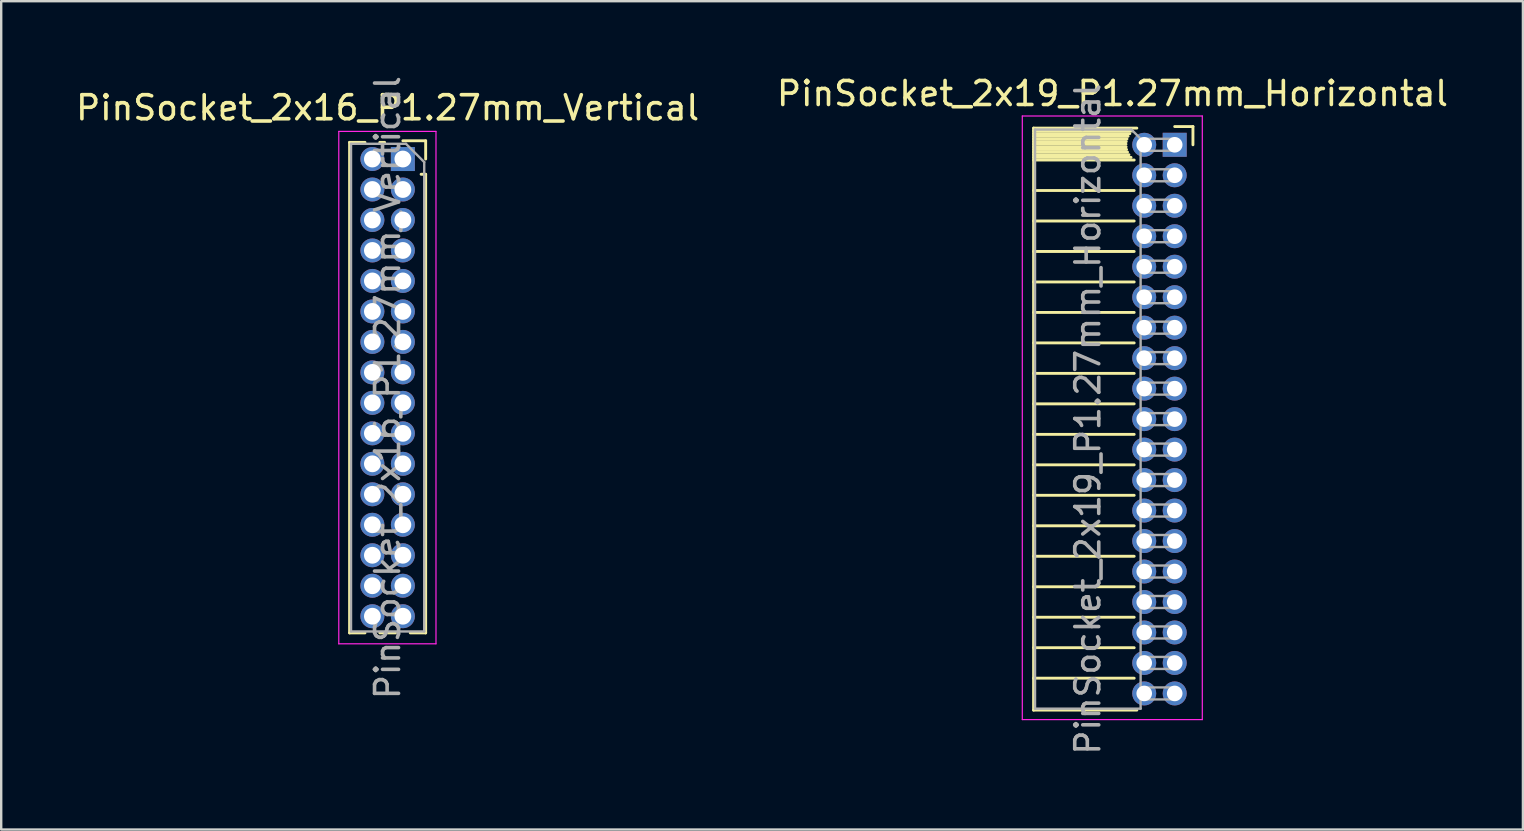
<source format=kicad_pcb>
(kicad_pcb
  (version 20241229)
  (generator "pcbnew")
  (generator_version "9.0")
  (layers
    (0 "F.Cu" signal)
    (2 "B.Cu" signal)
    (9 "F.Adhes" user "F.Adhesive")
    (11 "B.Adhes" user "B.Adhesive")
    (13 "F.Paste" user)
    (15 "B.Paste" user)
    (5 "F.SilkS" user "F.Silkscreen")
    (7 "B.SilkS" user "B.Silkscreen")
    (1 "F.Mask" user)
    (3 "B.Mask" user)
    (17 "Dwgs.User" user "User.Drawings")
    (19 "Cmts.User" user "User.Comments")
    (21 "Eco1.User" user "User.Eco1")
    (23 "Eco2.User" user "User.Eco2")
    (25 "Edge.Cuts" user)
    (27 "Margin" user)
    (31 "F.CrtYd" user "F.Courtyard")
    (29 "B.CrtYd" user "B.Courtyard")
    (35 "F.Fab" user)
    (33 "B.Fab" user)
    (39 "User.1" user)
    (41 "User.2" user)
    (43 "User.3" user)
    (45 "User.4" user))
  (footprint "PinSocket_2x19_P1.27mm_Horizontal"
    (layer "F.Cu")
    (at 45.896 2.983)
    (property "Reference" "PinSocket_2x19_P1.27mm_Horizontal" (at -2.592 -2.135 0) (layer "F.SilkS") (effects (font (size 1 1) (thickness 0.15))))
    (attr through_hole)
    (fp_line (start -5.88 -0.695) (end -5.88 23.555) (stroke (width 0.12) (type solid)) (layer "F.SilkS"))
    (fp_line (start -5.88 -0.695) (end -1.578 -0.695) (stroke (width 0.12) (type solid)) (layer "F.SilkS"))
    (fp_line (start -5.88 -0.575) (end -1.767 -0.575) (stroke (width 0.12) (type solid)) (layer "F.SilkS"))
    (fp_line (start -5.88 -0.465) (end -1.871 -0.465) (stroke (width 0.12) (type solid)) (layer "F.SilkS"))
    (fp_line (start -5.88 -0.355) (end -1.942 -0.355) (stroke (width 0.12) (type solid)) (layer "F.SilkS"))
    (fp_line (start -5.88 -0.245) (end -1.989 -0.245) (stroke (width 0.12) (type solid)) (layer "F.SilkS"))
    (fp_line (start -5.88 -0.135) (end -2.018 -0.135) (stroke (width 0.12) (type solid)) (layer "F.SilkS"))
    (fp_line (start -5.88 -0.025) (end -2.03 -0.025) (stroke (width 0.12) (type solid)) (layer "F.SilkS"))
    (fp_line (start -5.88 0.085) (end -2.025 0.085) (stroke (width 0.12) (type solid)) (layer "F.SilkS"))
    (fp_line (start -5.88 0.195) (end -2.005 0.195) (stroke (width 0.12) (type solid)) (layer "F.SilkS"))
    (fp_line (start -5.88 0.305) (end -1.966 0.305) (stroke (width 0.12) (type solid)) (layer "F.SilkS"))
    (fp_line (start -5.88 0.415) (end -1.907 0.415) (stroke (width 0.12) (type solid)) (layer "F.SilkS"))
    (fp_line (start -5.88 0.525) (end -1.82 0.525) (stroke (width 0.12) (type solid)) (layer "F.SilkS"))
    (fp_line (start -5.88 0.635) (end -1.688 0.635) (stroke (width 0.12) (type solid)) (layer "F.SilkS"))
    (fp_line (start -5.88 1.905) (end -1.688 1.905) (stroke (width 0.12) (type solid)) (layer "F.SilkS"))
    (fp_line (start -5.88 3.175) (end -1.688 3.175) (stroke (width 0.12) (type solid)) (layer "F.SilkS"))
    (fp_line (start -5.88 4.445) (end -1.688 4.445) (stroke (width 0.12) (type solid)) (layer "F.SilkS"))
    (fp_line (start -5.88 5.715) (end -1.688 5.715) (stroke (width 0.12) (type solid)) (layer "F.SilkS"))
    (fp_line (start -5.88 6.985) (end -1.688 6.985) (stroke (width 0.12) (type solid)) (layer "F.SilkS"))
    (fp_line (start -5.88 8.255) (end -1.688 8.255) (stroke (width 0.12) (type solid)) (layer "F.SilkS"))
    (fp_line (start -5.88 9.525) (end -1.688 9.525) (stroke (width 0.12) (type solid)) (layer "F.SilkS"))
    (fp_line (start -5.88 10.795) (end -1.688 10.795) (stroke (width 0.12) (type solid)) (layer "F.SilkS"))
    (fp_line (start -5.88 12.065) (end -1.688 12.065) (stroke (width 0.12) (type solid)) (layer "F.SilkS"))
    (fp_line (start -5.88 13.335) (end -1.688 13.335) (stroke (width 0.12) (type solid)) (layer "F.SilkS"))
    (fp_line (start -5.88 14.605) (end -1.688 14.605) (stroke (width 0.12) (type solid)) (layer "F.SilkS"))
    (fp_line (start -5.88 15.875) (end -1.688 15.875) (stroke (width 0.12) (type solid)) (layer "F.SilkS"))
    (fp_line (start -5.88 17.145) (end -1.688 17.145) (stroke (width 0.12) (type solid)) (layer "F.SilkS"))
    (fp_line (start -5.88 18.415) (end -1.688 18.415) (stroke (width 0.12) (type solid)) (layer "F.SilkS"))
    (fp_line (start -5.88 19.685) (end -1.688 19.685) (stroke (width 0.12) (type solid)) (layer "F.SilkS"))
    (fp_line (start -5.88 20.955) (end -1.688 20.955) (stroke (width 0.12) (type solid)) (layer "F.SilkS"))
    (fp_line (start -5.88 22.225) (end -1.688 22.225) (stroke (width 0.12) (type solid)) (layer "F.SilkS"))
    (fp_line (start -5.88 23.555) (end -1.578 23.555) (stroke (width 0.12) (type solid)) (layer "F.SilkS"))
    (fp_line (start 0 -0.76) (end 0.76 -0.76) (stroke (width 0.12) (type solid)) (layer "F.SilkS"))
    (fp_line (start 0.76 -0.76) (end 0.76 0) (stroke (width 0.12) (type solid)) (layer "F.SilkS"))
    (fp_line (start -6.35 -1.2) (end -6.35 23.95) (stroke (width 0.05) (type solid)) (layer "F.CrtYd"))
    (fp_line (start -6.35 23.95) (end 1.15 23.95) (stroke (width 0.05) (type solid)) (layer "F.CrtYd"))
    (fp_line (start 1.15 -1.2) (end -6.35 -1.2) (stroke (width 0.05) (type solid)) (layer "F.CrtYd"))
    (fp_line (start 1.15 23.95) (end 1.15 -1.2) (stroke (width 0.05) (type solid)) (layer "F.CrtYd"))
    (fp_line (start -5.82 -0.635) (end -1.805 -0.635) (stroke (width 0.1) (type solid)) (layer "F.Fab"))
    (fp_line (start -5.82 23.495) (end -5.82 -0.635) (stroke (width 0.1) (type solid)) (layer "F.Fab"))
    (fp_line (start -1.805 -0.635) (end -1.42 -0.25) (stroke (width 0.1) (type solid)) (layer "F.Fab"))
    (fp_line (start -1.42 -0.25) (end -1.42 23.495) (stroke (width 0.1) (type solid)) (layer "F.Fab"))
    (fp_line (start -1.42 0.25) (end 0 0.25) (stroke (width 0.1) (type solid)) (layer "F.Fab"))
    (fp_line (start -1.42 1.52) (end 0 1.52) (stroke (width 0.1) (type solid)) (layer "F.Fab"))
    (fp_line (start -1.42 2.79) (end 0 2.79) (stroke (width 0.1) (type solid)) (layer "F.Fab"))
    (fp_line (start -1.42 4.06) (end 0 4.06) (stroke (width 0.1) (type solid)) (layer "F.Fab"))
    (fp_line (start -1.42 5.33) (end 0 5.33) (stroke (width 0.1) (type solid)) (layer "F.Fab"))
    (fp_line (start -1.42 6.6) (end 0 6.6) (stroke (width 0.1) (type solid)) (layer "F.Fab"))
    (fp_line (start -1.42 7.87) (end 0 7.87) (stroke (width 0.1) (type solid)) (layer "F.Fab"))
    (fp_line (start -1.42 9.14) (end 0 9.14) (stroke (width 0.1) (type solid)) (layer "F.Fab"))
    (fp_line (start -1.42 10.41) (end 0 10.41) (stroke (width 0.1) (type solid)) (layer "F.Fab"))
    (fp_line (start -1.42 11.68) (end 0 11.68) (stroke (width 0.1) (type solid)) (layer "F.Fab"))
    (fp_line (start -1.42 12.95) (end 0 12.95) (stroke (width 0.1) (type solid)) (layer "F.Fab"))
    (fp_line (start -1.42 14.22) (end 0 14.22) (stroke (width 0.1) (type solid)) (layer "F.Fab"))
    (fp_line (start -1.42 15.49) (end 0 15.49) (stroke (width 0.1) (type solid)) (layer "F.Fab"))
    (fp_line (start -1.42 16.76) (end 0 16.76) (stroke (width 0.1) (type solid)) (layer "F.Fab"))
    (fp_line (start -1.42 18.03) (end 0 18.03) (stroke (width 0.1) (type solid)) (layer "F.Fab"))
    (fp_line (start -1.42 19.3) (end 0 19.3) (stroke (width 0.1) (type solid)) (layer "F.Fab"))
    (fp_line (start -1.42 20.57) (end 0 20.57) (stroke (width 0.1) (type solid)) (layer "F.Fab"))
    (fp_line (start -1.42 21.84) (end 0 21.84) (stroke (width 0.1) (type solid)) (layer "F.Fab"))
    (fp_line (start -1.42 23.11) (end 0 23.11) (stroke (width 0.1) (type solid)) (layer "F.Fab"))
    (fp_line (start -1.42 23.495) (end -5.82 23.495) (stroke (width 0.1) (type solid)) (layer "F.Fab"))
    (fp_line (start 0 -0.25) (end -1.42 -0.25) (stroke (width 0.1) (type solid)) (layer "F.Fab"))
    (fp_line (start 0 0.25) (end 0 -0.25) (stroke (width 0.1) (type solid)) (layer "F.Fab"))
    (fp_line (start 0 1.02) (end -1.42 1.02) (stroke (width 0.1) (type solid)) (layer "F.Fab"))
    (fp_line (start 0 1.52) (end 0 1.02) (stroke (width 0.1) (type solid)) (layer "F.Fab"))
    (fp_line (start 0 2.29) (end -1.42 2.29) (stroke (width 0.1) (type solid)) (layer "F.Fab"))
    (fp_line (start 0 2.79) (end 0 2.29) (stroke (width 0.1) (type solid)) (layer "F.Fab"))
    (fp_line (start 0 3.56) (end -1.42 3.56) (stroke (width 0.1) (type solid)) (layer "F.Fab"))
    (fp_line (start 0 4.06) (end 0 3.56) (stroke (width 0.1) (type solid)) (layer "F.Fab"))
    (fp_line (start 0 4.83) (end -1.42 4.83) (stroke (width 0.1) (type solid)) (layer "F.Fab"))
    (fp_line (start 0 5.33) (end 0 4.83) (stroke (width 0.1) (type solid)) (layer "F.Fab"))
    (fp_line (start 0 6.1) (end -1.42 6.1) (stroke (width 0.1) (type solid)) (layer "F.Fab"))
    (fp_line (start 0 6.6) (end 0 6.1) (stroke (width 0.1) (type solid)) (layer "F.Fab"))
    (fp_line (start 0 7.37) (end -1.42 7.37) (stroke (width 0.1) (type solid)) (layer "F.Fab"))
    (fp_line (start 0 7.87) (end 0 7.37) (stroke (width 0.1) (type solid)) (layer "F.Fab"))
    (fp_line (start 0 8.64) (end -1.42 8.64) (stroke (width 0.1) (type solid)) (layer "F.Fab"))
    (fp_line (start 0 9.14) (end 0 8.64) (stroke (width 0.1) (type solid)) (layer "F.Fab"))
    (fp_line (start 0 9.91) (end -1.42 9.91) (stroke (width 0.1) (type solid)) (layer "F.Fab"))
    (fp_line (start 0 10.41) (end 0 9.91) (stroke (width 0.1) (type solid)) (layer "F.Fab"))
    (fp_line (start 0 11.18) (end -1.42 11.18) (stroke (width 0.1) (type solid)) (layer "F.Fab"))
    (fp_line (start 0 11.68) (end 0 11.18) (stroke (width 0.1) (type solid)) (layer "F.Fab"))
    (fp_line (start 0 12.45) (end -1.42 12.45) (stroke (width 0.1) (type solid)) (layer "F.Fab"))
    (fp_line (start 0 12.95) (end 0 12.45) (stroke (width 0.1) (type solid)) (layer "F.Fab"))
    (fp_line (start 0 13.72) (end -1.42 13.72) (stroke (width 0.1) (type solid)) (layer "F.Fab"))
    (fp_line (start 0 14.22) (end 0 13.72) (stroke (width 0.1) (type solid)) (layer "F.Fab"))
    (fp_line (start 0 14.99) (end -1.42 14.99) (stroke (width 0.1) (type solid)) (layer "F.Fab"))
    (fp_line (start 0 15.49) (end 0 14.99) (stroke (width 0.1) (type solid)) (layer "F.Fab"))
    (fp_line (start 0 16.26) (end -1.42 16.26) (stroke (width 0.1) (type solid)) (layer "F.Fab"))
    (fp_line (start 0 16.76) (end 0 16.26) (stroke (width 0.1) (type solid)) (layer "F.Fab"))
    (fp_line (start 0 17.53) (end -1.42 17.53) (stroke (width 0.1) (type solid)) (layer "F.Fab"))
    (fp_line (start 0 18.03) (end 0 17.53) (stroke (width 0.1) (type solid)) (layer "F.Fab"))
    (fp_line (start 0 18.8) (end -1.42 18.8) (stroke (width 0.1) (type solid)) (layer "F.Fab"))
    (fp_line (start 0 19.3) (end 0 18.8) (stroke (width 0.1) (type solid)) (layer "F.Fab"))
    (fp_line (start 0 20.07) (end -1.42 20.07) (stroke (width 0.1) (type solid)) (layer "F.Fab"))
    (fp_line (start 0 20.57) (end 0 20.07) (stroke (width 0.1) (type solid)) (layer "F.Fab"))
    (fp_line (start 0 21.34) (end -1.42 21.34) (stroke (width 0.1) (type solid)) (layer "F.Fab"))
    (fp_line (start 0 21.84) (end 0 21.34) (stroke (width 0.1) (type solid)) (layer "F.Fab"))
    (fp_line (start 0 22.61) (end -1.42 22.61) (stroke (width 0.1) (type solid)) (layer "F.Fab"))
    (fp_line (start 0 23.11) (end 0 22.61) (stroke (width 0.1) (type solid)) (layer "F.Fab"))
    (fp_text user "${REFERENCE}" (at -3.62 11.43 90) (layer "F.Fab") (effects (font (size 1 1) (thickness 0.15))))
    (pad "1" thru_hole rect (at 0 0) (size 1 1) (drill 0.65) (layers "*.Cu" "*.Mask"))
    (pad "2" thru_hole oval (at -1.27 0) (size 1 1) (drill 0.65) (layers "*.Cu" "*.Mask"))
    (pad "3" thru_hole oval (at 0 1.27) (size 1 1) (drill 0.65) (layers "*.Cu" "*.Mask"))
    (pad "4" thru_hole oval (at -1.27 1.27) (size 1 1) (drill 0.65) (layers "*.Cu" "*.Mask"))
    (pad "5" thru_hole oval (at 0 2.54) (size 1 1) (drill 0.65) (layers "*.Cu" "*.Mask"))
    (pad "6" thru_hole oval (at -1.27 2.54) (size 1 1) (drill 0.65) (layers "*.Cu" "*.Mask"))
    (pad "7" thru_hole oval (at 0 3.81) (size 1 1) (drill 0.65) (layers "*.Cu" "*.Mask"))
    (pad "8" thru_hole oval (at -1.27 3.81) (size 1 1) (drill 0.65) (layers "*.Cu" "*.Mask"))
    (pad "9" thru_hole oval (at 0 5.08) (size 1 1) (drill 0.65) (layers "*.Cu" "*.Mask"))
    (pad "10" thru_hole oval (at -1.27 5.08) (size 1 1) (drill 0.65) (layers "*.Cu" "*.Mask"))
    (pad "11" thru_hole oval (at 0 6.35) (size 1 1) (drill 0.65) (layers "*.Cu" "*.Mask"))
    (pad "12" thru_hole oval (at -1.27 6.35) (size 1 1) (drill 0.65) (layers "*.Cu" "*.Mask"))
    (pad "13" thru_hole oval (at 0 7.62) (size 1 1) (drill 0.65) (layers "*.Cu" "*.Mask"))
    (pad "14" thru_hole oval (at -1.27 7.62) (size 1 1) (drill 0.65) (layers "*.Cu" "*.Mask"))
    (pad "15" thru_hole oval (at 0 8.89) (size 1 1) (drill 0.65) (layers "*.Cu" "*.Mask"))
    (pad "16" thru_hole oval (at -1.27 8.89) (size 1 1) (drill 0.65) (layers "*.Cu" "*.Mask"))
    (pad "17" thru_hole oval (at 0 10.16) (size 1 1) (drill 0.65) (layers "*.Cu" "*.Mask"))
    (pad "18" thru_hole oval (at -1.27 10.16) (size 1 1) (drill 0.65) (layers "*.Cu" "*.Mask"))
    (pad "19" thru_hole oval (at 0 11.43) (size 1 1) (drill 0.65) (layers "*.Cu" "*.Mask"))
    (pad "20" thru_hole oval (at -1.27 11.43) (size 1 1) (drill 0.65) (layers "*.Cu" "*.Mask"))
    (pad "21" thru_hole oval (at 0 12.7) (size 1 1) (drill 0.65) (layers "*.Cu" "*.Mask"))
    (pad "22" thru_hole oval (at -1.27 12.7) (size 1 1) (drill 0.65) (layers "*.Cu" "*.Mask"))
    (pad "23" thru_hole oval (at 0 13.97) (size 1 1) (drill 0.65) (layers "*.Cu" "*.Mask"))
    (pad "24" thru_hole oval (at -1.27 13.97) (size 1 1) (drill 0.65) (layers "*.Cu" "*.Mask"))
    (pad "25" thru_hole oval (at 0 15.24) (size 1 1) (drill 0.65) (layers "*.Cu" "*.Mask"))
    (pad "26" thru_hole oval (at -1.27 15.24) (size 1 1) (drill 0.65) (layers "*.Cu" "*.Mask"))
    (pad "27" thru_hole oval (at 0 16.51) (size 1 1) (drill 0.65) (layers "*.Cu" "*.Mask"))
    (pad "28" thru_hole oval (at -1.27 16.51) (size 1 1) (drill 0.65) (layers "*.Cu" "*.Mask"))
    (pad "29" thru_hole oval (at 0 17.78) (size 1 1) (drill 0.65) (layers "*.Cu" "*.Mask"))
    (pad "30" thru_hole oval (at -1.27 17.78) (size 1 1) (drill 0.65) (layers "*.Cu" "*.Mask"))
    (pad "31" thru_hole oval (at 0 19.05) (size 1 1) (drill 0.65) (layers "*.Cu" "*.Mask"))
    (pad "32" thru_hole oval (at -1.27 19.05) (size 1 1) (drill 0.65) (layers "*.Cu" "*.Mask"))
    (pad "33" thru_hole oval (at 0 20.32) (size 1 1) (drill 0.65) (layers "*.Cu" "*.Mask"))
    (pad "34" thru_hole oval (at -1.27 20.32) (size 1 1) (drill 0.65) (layers "*.Cu" "*.Mask"))
    (pad "35" thru_hole oval (at 0 21.59) (size 1 1) (drill 0.65) (layers "*.Cu" "*.Mask"))
    (pad "36" thru_hole oval (at -1.27 21.59) (size 1 1) (drill 0.65) (layers "*.Cu" "*.Mask"))
    (pad "37" thru_hole oval (at 0 22.86) (size 1 1) (drill 0.65) (layers "*.Cu" "*.Mask"))
    (pad "38" thru_hole oval (at -1.27 22.86) (size 1 1) (drill 0.65) (layers "*.Cu" "*.Mask")))
  (footprint "PinSocket_2x16_P1.27mm_Vertical"
    (layer "F.Cu")
    (at 13.736 3.576)
    (property "Reference" "PinSocket_2x16_P1.27mm_Vertical" (at -0.635 -2.135 0) (layer "F.SilkS") (effects (font (size 1 1) (thickness 0.15))))
    (attr through_hole)
    (fp_line (start -2.22 -0.695) (end -2.22 19.745) (stroke (width 0.12) (type solid)) (layer "F.SilkS"))
    (fp_line (start -2.22 -0.695) (end -1.578 -0.695) (stroke (width 0.12) (type solid)) (layer "F.SilkS"))
    (fp_line (start -2.22 19.745) (end -1.578 19.745) (stroke (width 0.12) (type solid)) (layer "F.SilkS"))
    (fp_line (start -0.962 -0.695) (end -0.76 -0.695) (stroke (width 0.12) (type solid)) (layer "F.SilkS"))
    (fp_line (start -0.962 19.745) (end -0.308 19.745) (stroke (width 0.12) (type solid)) (layer "F.SilkS"))
    (fp_line (start 0 -0.76) (end 0.95 -0.76) (stroke (width 0.12) (type solid)) (layer "F.SilkS"))
    (fp_line (start 0.308 19.745) (end 0.95 19.745) (stroke (width 0.12) (type solid)) (layer "F.SilkS"))
    (fp_line (start 0.76 0.635) (end 0.95 0.635) (stroke (width 0.12) (type solid)) (layer "F.SilkS"))
    (fp_line (start 0.95 -0.76) (end 0.95 0) (stroke (width 0.12) (type solid)) (layer "F.SilkS"))
    (fp_line (start 0.95 0.635) (end 0.95 19.745) (stroke (width 0.12) (type solid)) (layer "F.SilkS"))
    (fp_line (start -2.67 -1.15) (end 1.38 -1.15) (stroke (width 0.05) (type solid)) (layer "F.CrtYd"))
    (fp_line (start -2.67 20.2) (end -2.67 -1.15) (stroke (width 0.05) (type solid)) (layer "F.CrtYd"))
    (fp_line (start 1.38 -1.15) (end 1.38 20.2) (stroke (width 0.05) (type solid)) (layer "F.CrtYd"))
    (fp_line (start 1.38 20.2) (end -2.67 20.2) (stroke (width 0.05) (type solid)) (layer "F.CrtYd"))
    (fp_line (start -2.16 -0.635) (end 0.128 -0.635) (stroke (width 0.1) (type solid)) (layer "F.Fab"))
    (fp_line (start -2.16 19.685) (end -2.16 -0.635) (stroke (width 0.1) (type solid)) (layer "F.Fab"))
    (fp_line (start 0.128 -0.635) (end 0.89 0.128) (stroke (width 0.1) (type solid)) (layer "F.Fab"))
    (fp_line (start 0.89 0.128) (end 0.89 19.685) (stroke (width 0.1) (type solid)) (layer "F.Fab"))
    (fp_line (start 0.89 19.685) (end -2.16 19.685) (stroke (width 0.1) (type solid)) (layer "F.Fab"))
    (fp_text user "${REFERENCE}" (at -0.635 9.525 90) (layer "F.Fab") (effects (font (size 1 1) (thickness 0.15))))
    (pad "1" thru_hole rect (at 0 0) (size 1 1) (drill 0.7) (layers "*.Cu" "*.Mask"))
    (pad "2" thru_hole oval (at -1.27 0) (size 1 1) (drill 0.7) (layers "*.Cu" "*.Mask"))
    (pad "3" thru_hole oval (at 0 1.27) (size 1 1) (drill 0.7) (layers "*.Cu" "*.Mask"))
    (pad "4" thru_hole oval (at -1.27 1.27) (size 1 1) (drill 0.7) (layers "*.Cu" "*.Mask"))
    (pad "5" thru_hole oval (at 0 2.54) (size 1 1) (drill 0.7) (layers "*.Cu" "*.Mask"))
    (pad "6" thru_hole oval (at -1.27 2.54) (size 1 1) (drill 0.7) (layers "*.Cu" "*.Mask"))
    (pad "7" thru_hole oval (at 0 3.81) (size 1 1) (drill 0.7) (layers "*.Cu" "*.Mask"))
    (pad "8" thru_hole oval (at -1.27 3.81) (size 1 1) (drill 0.7) (layers "*.Cu" "*.Mask"))
    (pad "9" thru_hole oval (at 0 5.08) (size 1 1) (drill 0.7) (layers "*.Cu" "*.Mask"))
    (pad "10" thru_hole oval (at -1.27 5.08) (size 1 1) (drill 0.7) (layers "*.Cu" "*.Mask"))
    (pad "11" thru_hole oval (at 0 6.35) (size 1 1) (drill 0.7) (layers "*.Cu" "*.Mask"))
    (pad "12" thru_hole oval (at -1.27 6.35) (size 1 1) (drill 0.7) (layers "*.Cu" "*.Mask"))
    (pad "13" thru_hole oval (at 0 7.62) (size 1 1) (drill 0.7) (layers "*.Cu" "*.Mask"))
    (pad "14" thru_hole oval (at -1.27 7.62) (size 1 1) (drill 0.7) (layers "*.Cu" "*.Mask"))
    (pad "15" thru_hole oval (at 0 8.89) (size 1 1) (drill 0.7) (layers "*.Cu" "*.Mask"))
    (pad "16" thru_hole oval (at -1.27 8.89) (size 1 1) (drill 0.7) (layers "*.Cu" "*.Mask"))
    (pad "17" thru_hole oval (at 0 10.16) (size 1 1) (drill 0.7) (layers "*.Cu" "*.Mask"))
    (pad "18" thru_hole oval (at -1.27 10.16) (size 1 1) (drill 0.7) (layers "*.Cu" "*.Mask"))
    (pad "19" thru_hole oval (at 0 11.43) (size 1 1) (drill 0.7) (layers "*.Cu" "*.Mask"))
    (pad "20" thru_hole oval (at -1.27 11.43) (size 1 1) (drill 0.7) (layers "*.Cu" "*.Mask"))
    (pad "21" thru_hole oval (at 0 12.7) (size 1 1) (drill 0.7) (layers "*.Cu" "*.Mask"))
    (pad "22" thru_hole oval (at -1.27 12.7) (size 1 1) (drill 0.7) (layers "*.Cu" "*.Mask"))
    (pad "23" thru_hole oval (at 0 13.97) (size 1 1) (drill 0.7) (layers "*.Cu" "*.Mask"))
    (pad "24" thru_hole oval (at -1.27 13.97) (size 1 1) (drill 0.7) (layers "*.Cu" "*.Mask"))
    (pad "25" thru_hole oval (at 0 15.24) (size 1 1) (drill 0.7) (layers "*.Cu" "*.Mask"))
    (pad "26" thru_hole oval (at -1.27 15.24) (size 1 1) (drill 0.7) (layers "*.Cu" "*.Mask"))
    (pad "27" thru_hole oval (at 0 16.51) (size 1 1) (drill 0.7) (layers "*.Cu" "*.Mask"))
    (pad "28" thru_hole oval (at -1.27 16.51) (size 1 1) (drill 0.7) (layers "*.Cu" "*.Mask"))
    (pad "29" thru_hole oval (at 0 17.78) (size 1 1) (drill 0.7) (layers "*.Cu" "*.Mask"))
    (pad "30" thru_hole oval (at -1.27 17.78) (size 1 1) (drill 0.7) (layers "*.Cu" "*.Mask"))
    (pad "31" thru_hole oval (at 0 19.05) (size 1 1) (drill 0.7) (layers "*.Cu" "*.Mask"))
    (pad "32" thru_hole oval (at -1.27 19.05) (size 1 1) (drill 0.7) (layers "*.Cu" "*.Mask")))
  (gr_rect
    (start -3 -3)
    (end 60.405 31.514)
    (stroke (width 0.1) (type default))
    (fill no)
    (layer "Edge.Cuts")))
</source>
